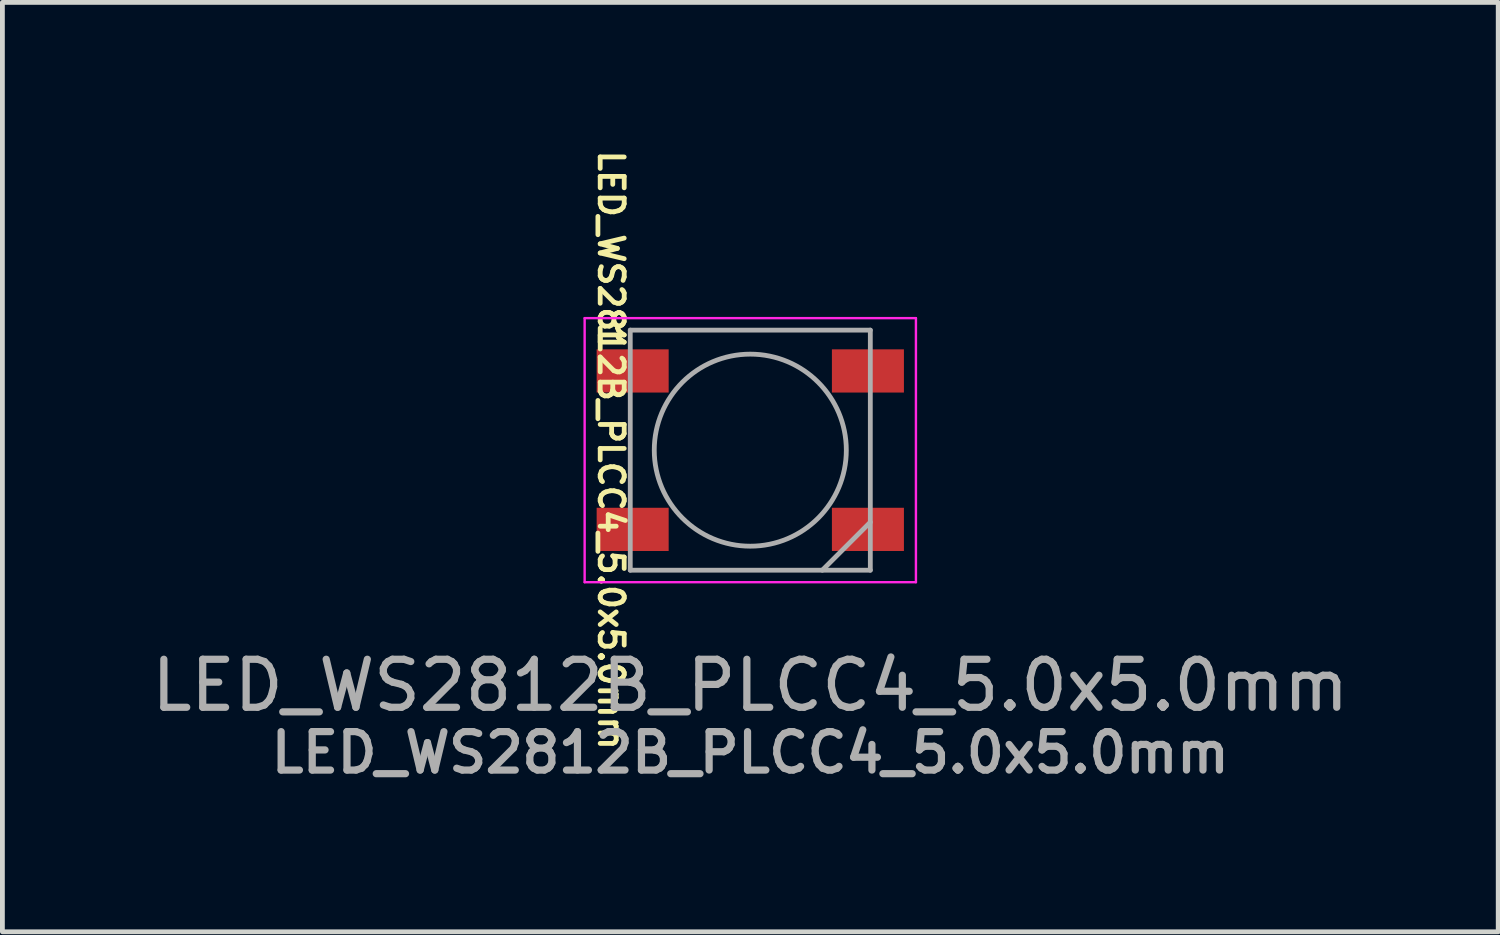
<source format=kicad_pcb>
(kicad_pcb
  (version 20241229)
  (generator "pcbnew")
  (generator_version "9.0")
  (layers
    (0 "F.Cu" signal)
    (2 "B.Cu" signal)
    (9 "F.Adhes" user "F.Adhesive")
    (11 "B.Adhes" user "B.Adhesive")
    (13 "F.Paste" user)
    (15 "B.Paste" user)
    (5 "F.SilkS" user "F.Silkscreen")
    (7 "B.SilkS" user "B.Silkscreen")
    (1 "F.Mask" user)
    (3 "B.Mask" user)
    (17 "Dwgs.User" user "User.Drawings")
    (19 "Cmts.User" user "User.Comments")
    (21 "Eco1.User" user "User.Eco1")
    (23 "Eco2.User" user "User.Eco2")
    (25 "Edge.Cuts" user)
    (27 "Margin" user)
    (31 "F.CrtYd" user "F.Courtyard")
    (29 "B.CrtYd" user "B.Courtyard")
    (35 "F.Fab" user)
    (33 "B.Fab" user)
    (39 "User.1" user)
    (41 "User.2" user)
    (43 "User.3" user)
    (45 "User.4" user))
  (footprint "LED_WS2812B_PLCC4_5.0x5.0mm"
    (layer "F.Cu")
    (at 12.577 6.326)
    (property "Reference" "LED_WS2812B_PLCC4_5.0x5.0mm" (at -2.9 0 270) (unlocked yes) (layer "F.SilkS") (effects (font (size 0.5 0.5) (thickness 0.1))))
    (attr smd)
    (fp_line (start -3.45 -2.75) (end -3.45 2.75) (stroke (width 0.05) (type solid)) (layer "F.CrtYd"))
    (fp_line (start -3.45 2.75) (end 3.45 2.75) (stroke (width 0.05) (type solid)) (layer "F.CrtYd"))
    (fp_line (start 3.45 -2.75) (end -3.45 -2.75) (stroke (width 0.05) (type solid)) (layer "F.CrtYd"))
    (fp_line (start 3.45 2.75) (end 3.45 -2.75) (stroke (width 0.05) (type solid)) (layer "F.CrtYd"))
    (fp_line (start -2.5 -2.5) (end -2.5 2.5) (stroke (width 0.1) (type solid)) (layer "F.Fab"))
    (fp_line (start -2.5 2.5) (end 2.5 2.5) (stroke (width 0.1) (type solid)) (layer "F.Fab"))
    (fp_line (start 2.5 -2.5) (end -2.5 -2.5) (stroke (width 0.1) (type solid)) (layer "F.Fab"))
    (fp_line (start 2.5 1.5) (end 1.5 2.5) (stroke (width 0.1) (type solid)) (layer "F.Fab"))
    (fp_line (start 2.5 2.5) (end 2.5 -2.5) (stroke (width 0.1) (type solid)) (layer "F.Fab"))
    (fp_circle (center 0 0) (end 0 -2) (stroke (width 0.1) (type solid)) (fill no) (layer "F.Fab"))
    (fp_text user "1" (at -2.9 -2.4 270) (unlocked yes) (layer "F.SilkS") (effects (font (size 0.5 0.5) (thickness 0.1) (bold yes))))
    (fp_text user "${REFERENCE}" (at 0 6.3 0) (layer "F.Fab") (effects (font (size 0.8 0.8) (thickness 0.15))))
    (fp_text user "${REFERENCE}" (at 0 4.9 0) (unlocked yes) (layer "F.Fab") (effects (font (size 1 1) (thickness 0.15))))
    (pad "1" smd rect (at -2.45 -1.65) (size 1.5 0.9) (layers "F.Cu" "F.Mask" "F.Paste"))
    (pad "2" smd rect (at -2.45 1.65) (size 1.5 0.9) (layers "F.Cu" "F.Mask" "F.Paste"))
    (pad "3" smd rect (at 2.45 1.65) (size 1.5 0.9) (layers "F.Cu" "F.Mask" "F.Paste"))
    (pad "4" smd rect (at 2.45 -1.65) (size 1.5 0.9) (layers "F.Cu" "F.Mask" "F.Paste")))
  (gr_rect
    (start -3 -3)
    (end 28.155 16.357)
    (stroke (width 0.1) (type default))
    (fill no)
    (layer "Edge.Cuts")))
</source>
